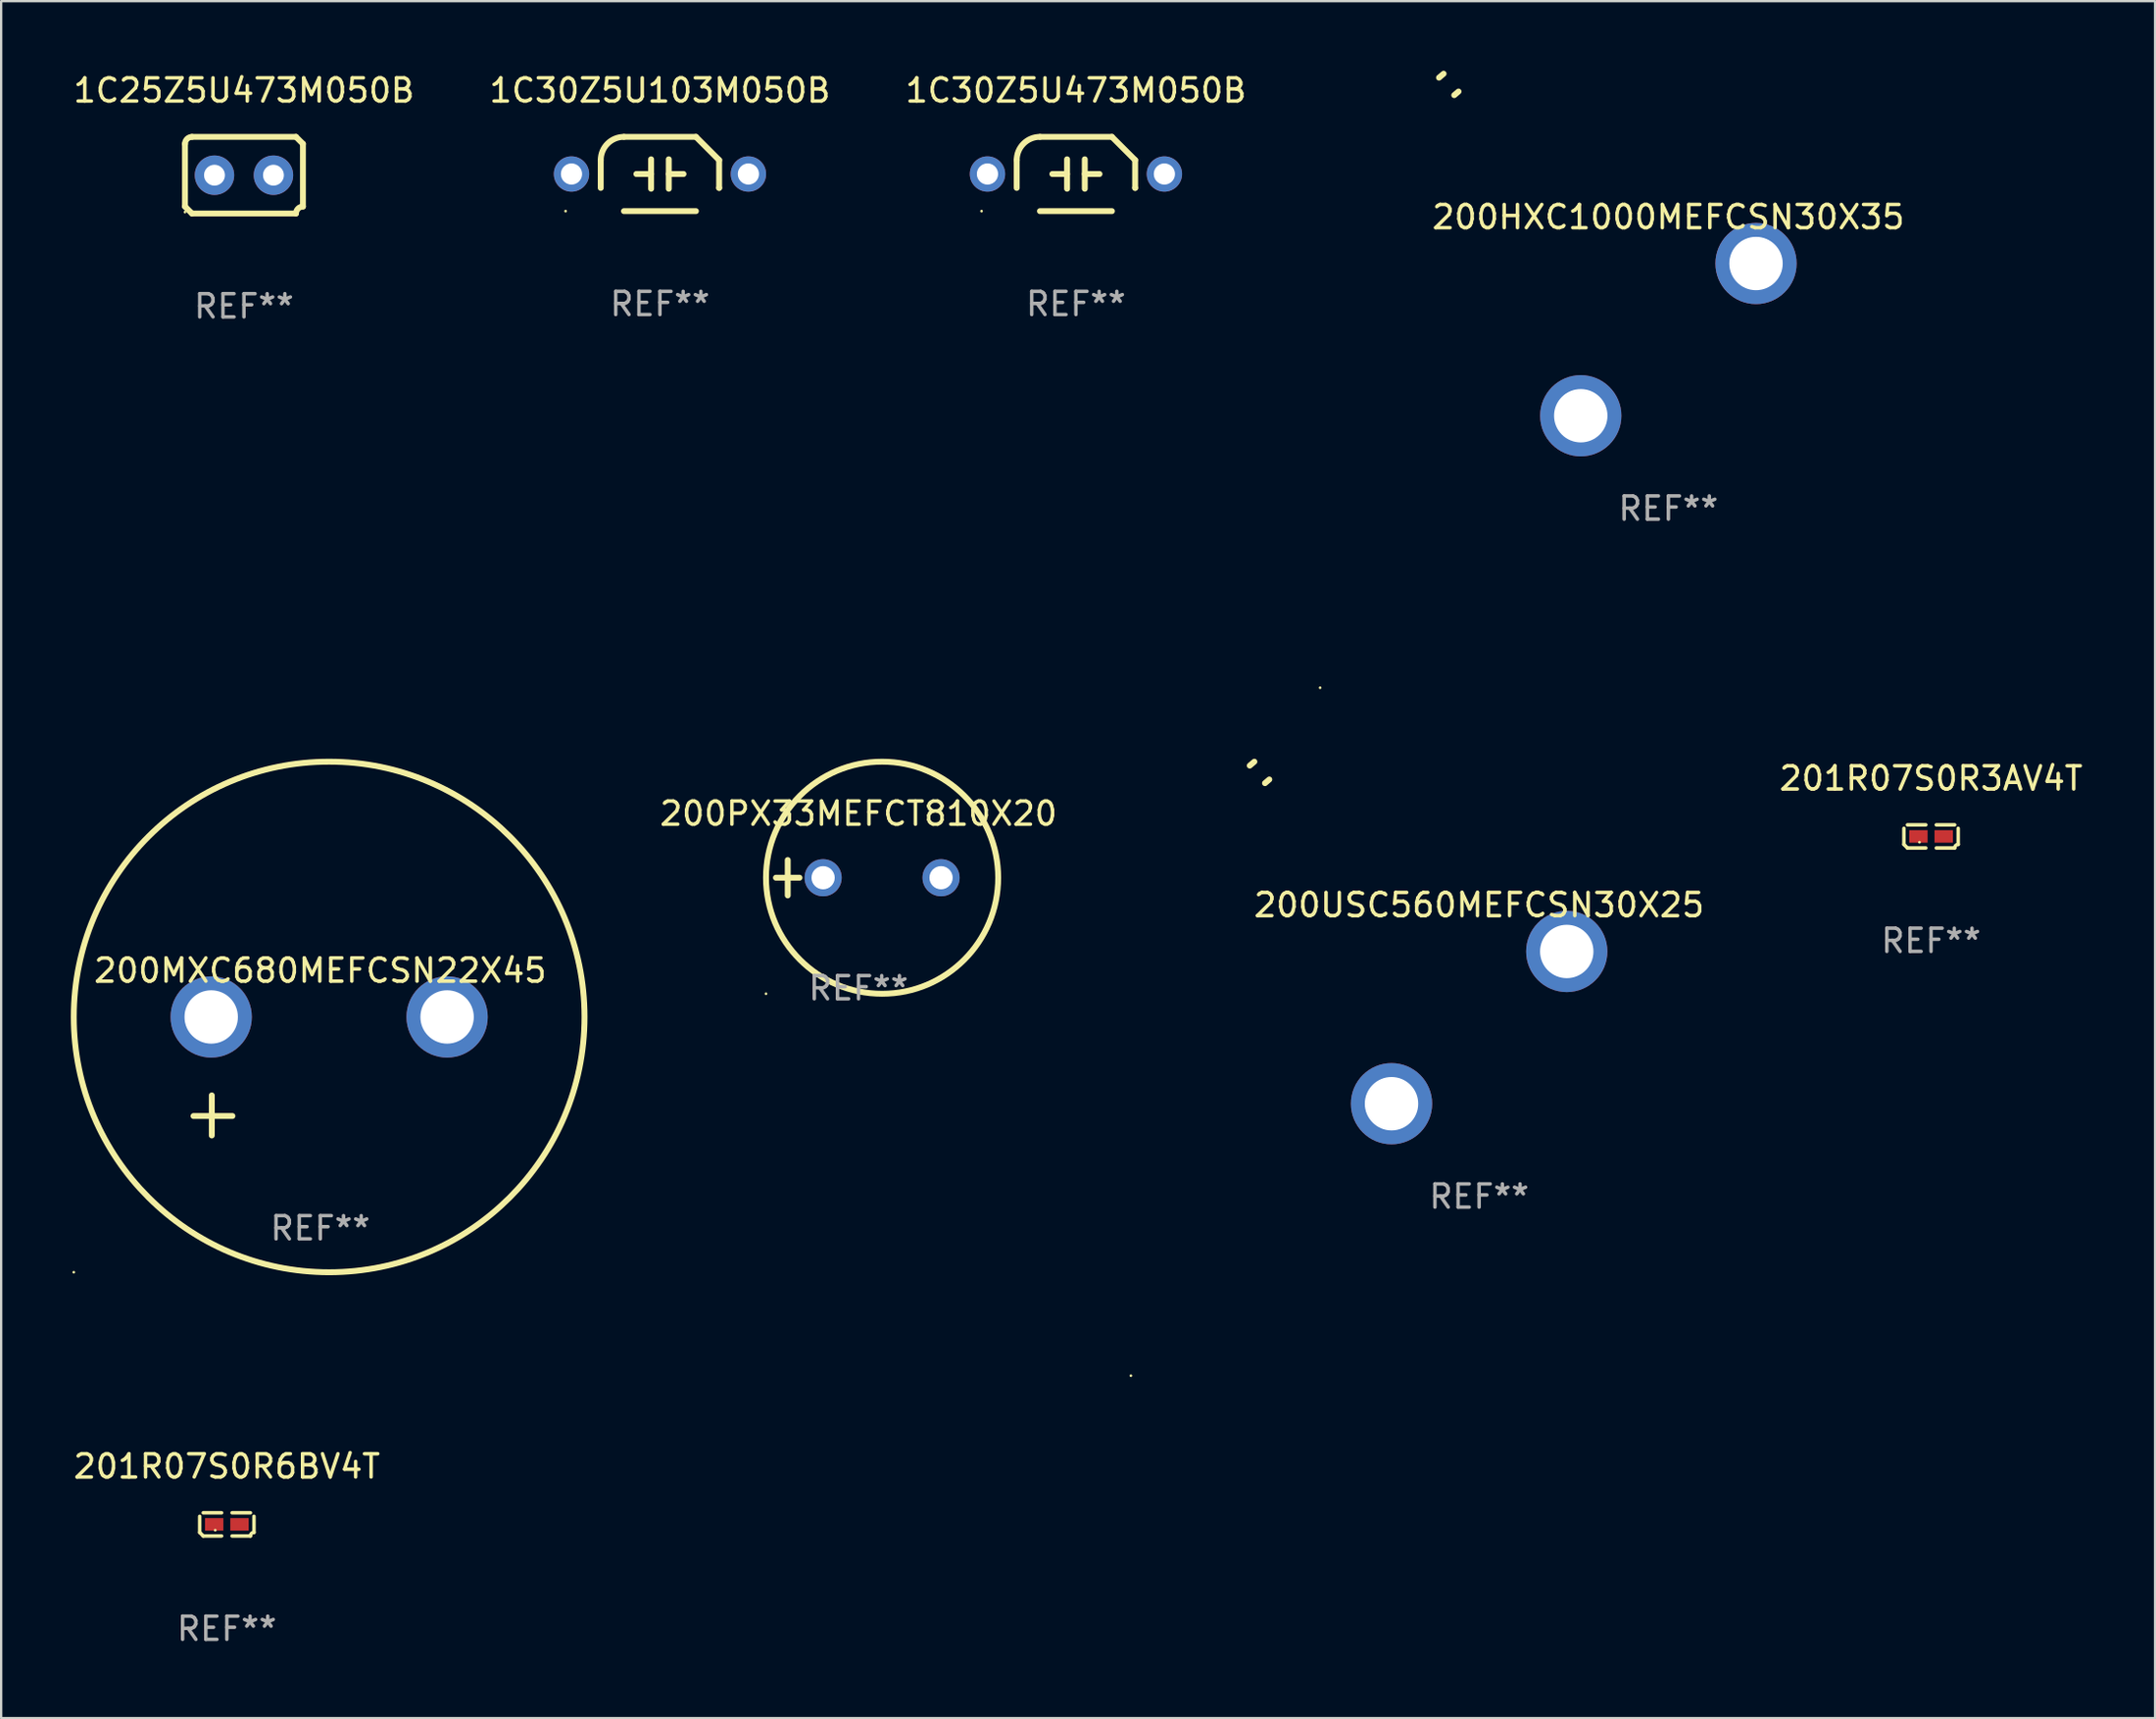
<source format=kicad_pcb>
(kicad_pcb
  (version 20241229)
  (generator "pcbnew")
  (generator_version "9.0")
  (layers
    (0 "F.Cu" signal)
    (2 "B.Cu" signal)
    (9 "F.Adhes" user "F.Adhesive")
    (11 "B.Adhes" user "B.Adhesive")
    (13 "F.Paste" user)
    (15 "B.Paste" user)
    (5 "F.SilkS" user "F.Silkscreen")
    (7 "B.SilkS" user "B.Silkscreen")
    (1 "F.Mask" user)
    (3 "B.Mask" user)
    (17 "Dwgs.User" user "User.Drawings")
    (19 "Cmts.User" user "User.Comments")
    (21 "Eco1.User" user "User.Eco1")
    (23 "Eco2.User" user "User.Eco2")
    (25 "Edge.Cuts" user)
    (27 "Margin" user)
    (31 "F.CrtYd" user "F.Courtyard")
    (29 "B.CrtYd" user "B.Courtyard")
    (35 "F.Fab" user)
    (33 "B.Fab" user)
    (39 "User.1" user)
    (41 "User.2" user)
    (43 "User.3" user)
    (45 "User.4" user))
  (footprint "1C25Z5U473M050B"
    (layer "F.Cu")
    (at 7.458 4.499)
    (property "Reference" "1C25Z5U473M050B" (at 0 -3.651 0) (layer "F.SilkS") (effects (font (size 1 1) (thickness 0.15))))
    (attr through_hole)
    (fp_line (start -2.54 -1.351) (end -2.54 1.351) (stroke (width 0.254) (type solid)) (layer "F.SilkS"))
    (fp_line (start -2.24 -1.651) (end 2.24 -1.651) (stroke (width 0.254) (type solid)) (layer "F.SilkS"))
    (fp_line (start 2.24 1.651) (end -2.24 1.651) (stroke (width 0.254) (type solid)) (layer "F.SilkS"))
    (fp_line (start 2.54 1.351) (end 2.54 -1.351) (stroke (width 0.254) (type solid)) (layer "F.SilkS"))
    (fp_arc (start -2.540005 -1.351283) (mid -2.450115 -1.561309) (end -2.240005 -1.651003) (stroke (width 0.254001) (type solid)) (layer "F.SilkS"))
    (fp_arc (start -2.240287 1.651001) (mid -2.390163 1.501019) (end -2.540005 1.351003) (stroke (width 0.254001) (type solid)) (layer "F.SilkS"))
    (fp_arc (start 2.240005 1.651003) (mid 2.329934 1.441015) (end 2.540005 1.351282) (stroke (width 0.254001) (type solid)) (layer "F.SilkS"))
    (fp_arc (start 2.540005 -1.351003) (mid 2.389393 -1.500252) (end 2.240284 -1.651003) (stroke (width 0.254001) (type solid)) (layer "F.SilkS"))
    (fp_circle (center -2.54 1.59) (end -2.51 1.59) (stroke (width 0.06) (type solid)) (fill no) (layer "F.SilkS"))
    (fp_text user "REF**" (at 0 5.651 0) (layer "F.Fab") (effects (font (size 1 1) (thickness 0.15))))
    (pad "1" thru_hole circle (at -1.27 0) (size 1.7 1.7) (drill 0.9) (layers "*.Cu" "*.Mask"))
    (pad "2" thru_hole circle (at 1.27 0) (size 1.7 1.7) (drill 0.9) (layers "*.Cu" "*.Mask")))
  (footprint "1C30Z5U103M050B"
    (layer "F.Cu")
    (at 25.375 4.448)
    (property "Reference" "1C30Z5U103M050B" (at 0 -3.6 0) (layer "F.SilkS") (effects (font (size 1 1) (thickness 0.15))))
    (attr through_hole)
    (fp_line (start -2.55 0.6) (end -2.55 -0.6) (stroke (width 0.254) (type solid)) (layer "F.SilkS"))
    (fp_line (start -1.55 -1.6) (end 1.55 -1.6) (stroke (width 0.254) (type solid)) (layer "F.SilkS"))
    (fp_line (start -1.016 0) (end -0.381 0) (stroke (width 0.254) (type solid)) (layer "F.SilkS"))
    (fp_line (start -0.381 -0.635) (end -0.381 0.635) (stroke (width 0.254) (type solid)) (layer "F.SilkS"))
    (fp_line (start 0.381 -0.635) (end 0.381 0.635) (stroke (width 0.254) (type solid)) (layer "F.SilkS"))
    (fp_line (start 1.016 0) (end 0.381 0) (stroke (width 0.254) (type solid)) (layer "F.SilkS"))
    (fp_line (start 1.55 1.6) (end -1.55 1.6) (stroke (width 0.254) (type solid)) (layer "F.SilkS"))
    (fp_line (start 2.55 -0.6) (end 2.55 0.6) (stroke (width 0.254) (type solid)) (layer "F.SilkS"))
    (fp_line (start 2.55 0.6) (end 2.55 0.6) (stroke (width 0.254) (type solid)) (layer "F.SilkS"))
    (fp_arc (start -2.549987 -0.600025) (mid -2.257094 -1.307132) (end -1.549987 -1.600025) (stroke (width 0.254001) (type solid)) (layer "F.SilkS"))
    (fp_arc (start 1.550014 -1.600024) (mid 2.050986 -1.100997) (end 2.550013 -0.600025) (stroke (width 0.254001) (type solid)) (layer "F.SilkS"))
    (fp_circle (center -4.064 1.6) (end -4.034 1.6) (stroke (width 0.06) (type solid)) (fill no) (layer "F.SilkS"))
    (fp_text user "REF**" (at 0 5.6 0) (layer "F.Fab") (effects (font (size 1 1) (thickness 0.15))))
    (pad "1" thru_hole circle (at -3.81 0) (size 1.524 1.524) (drill 0.914) (layers "*.Cu" "*.Mask"))
    (pad "2" thru_hole circle (at 3.81 0) (size 1.524 1.524) (drill 0.914) (layers "*.Cu" "*.Mask")))
  (footprint "1C30Z5U473M050B"
    (layer "F.Cu")
    (at 43.292 4.448)
    (property "Reference" "1C30Z5U473M050B" (at 0 -3.6 0) (layer "F.SilkS") (effects (font (size 1 1) (thickness 0.15))))
    (attr through_hole)
    (fp_line (start -2.55 0.6) (end -2.55 -0.6) (stroke (width 0.254) (type solid)) (layer "F.SilkS"))
    (fp_line (start -1.55 -1.6) (end 1.55 -1.6) (stroke (width 0.254) (type solid)) (layer "F.SilkS"))
    (fp_line (start -1.016 0) (end -0.381 0) (stroke (width 0.254) (type solid)) (layer "F.SilkS"))
    (fp_line (start -0.381 -0.635) (end -0.381 0.635) (stroke (width 0.254) (type solid)) (layer "F.SilkS"))
    (fp_line (start 0.381 -0.635) (end 0.381 0.635) (stroke (width 0.254) (type solid)) (layer "F.SilkS"))
    (fp_line (start 1.016 0) (end 0.381 0) (stroke (width 0.254) (type solid)) (layer "F.SilkS"))
    (fp_line (start 1.55 1.6) (end -1.55 1.6) (stroke (width 0.254) (type solid)) (layer "F.SilkS"))
    (fp_line (start 2.55 -0.6) (end 2.55 0.6) (stroke (width 0.254) (type solid)) (layer "F.SilkS"))
    (fp_line (start 2.55 0.6) (end 2.55 0.6) (stroke (width 0.254) (type solid)) (layer "F.SilkS"))
    (fp_arc (start -2.549987 -0.600025) (mid -2.257094 -1.307132) (end -1.549987 -1.600025) (stroke (width 0.254001) (type solid)) (layer "F.SilkS"))
    (fp_arc (start 1.550014 -1.600024) (mid 2.050986 -1.100997) (end 2.550013 -0.600025) (stroke (width 0.254001) (type solid)) (layer "F.SilkS"))
    (fp_circle (center -4.064 1.6) (end -4.034 1.6) (stroke (width 0.06) (type solid)) (fill no) (layer "F.SilkS"))
    (fp_text user "REF**" (at 0 5.6 0) (layer "F.Fab") (effects (font (size 1 1) (thickness 0.15))))
    (pad "1" thru_hole circle (at -3.81 0) (size 1.524 1.524) (drill 0.914) (layers "*.Cu" "*.Mask"))
    (pad "2" thru_hole circle (at 3.81 0) (size 1.524 1.524) (drill 0.914) (layers "*.Cu" "*.Mask")))
  (footprint "200MXC680MEFCSN22X45"
    (layer "F.Cu")
    (at 10.746 43.325)
    (property "Reference" "200MXC680MEFCSN22X45" (at 0 -4.553 0) (layer "F.SilkS") (effects (font (size 1 1) (thickness 0.15))))
    (attr through_hole)
    (fp_line (start -4.674 2.553) (end -4.674 0.826) (stroke (width 0.254) (type solid)) (layer "F.SilkS"))
    (fp_line (start -3.785 1.715) (end -5.461 1.715) (stroke (width 0.254) (type solid)) (layer "F.SilkS"))
    (fp_circle (center -10.619 8.447) (end -10.589 8.447) (stroke (width 0.06) (type solid)) (fill no) (layer "F.SilkS"))
    (fp_circle (center 0.381 -2.553) (end 11.381 -2.553) (stroke (width 0.254) (type solid)) (fill no) (layer "F.SilkS"))
    (fp_text user "REF**" (at 0 6.553 0) (layer "F.Fab") (effects (font (size 1 1) (thickness 0.15))))
    (pad "1" thru_hole circle (at -4.699 -2.553) (size 3.5 3.5) (drill 2.3) (layers "*.Cu" "*.Mask"))
    (pad "2" thru_hole circle (at 5.461 -2.553) (size 3.5 3.5) (drill 2.3) (layers "*.Cu" "*.Mask")))
  (footprint "200HXC1000MEFCSN30X35"
    (layer "F.Cu")
    (at 68.81 11.585)
    (property "Reference" "200HXC1000MEFCSN30X35" (at 0 -5.28 0) (layer "F.SilkS") (effects (font (size 1 1) (thickness 0.15))))
    (attr through_hole)
    (fp_arc (start -9.880163 -11.288367) (mid -9.781129 -11.37384) (end -9.681052 -11.45809) (stroke (width 0.254001) (type solid)) (layer "F.SilkS"))
    (fp_arc (start -9.223597 -10.533071) (mid -9.131245 -10.612672) (end -9.037923 -10.691135) (stroke (width 0.254001) (type solid)) (layer "F.SilkS"))
    (fp_circle (center -15 15) (end -14.97 15) (stroke (width 0.06) (type solid)) (fill no) (layer "F.SilkS"))
    (fp_text user "-" (at 3.791 -0.019 0) (layer "B.Mask") (effects (font (size 1 1) (thickness 0.15))))
    (fp_text user "+" (at -2.209 6.481 0) (layer "B.Mask") (effects (font (size 1 1) (thickness 0.15))))
    (fp_text user "REF**" (at 0 7.28 0) (layer "F.Fab") (effects (font (size 1 1) (thickness 0.15))))
    (pad "1" thru_hole circle (at -3.774 3.28) (size 3.5 3.5) (drill 2.3) (layers "*.Cu" "*.Mask"))
    (pad "2" thru_hole circle (at 3.774 -3.28) (size 3.5 3.5) (drill 2.3) (layers "*.Cu" "*.Mask")))
  (footprint "201R07S0R3AV4T"
    (layer "F.Cu")
    (at 80.124 32.992)
    (property "Reference" "201R07S0R3AV4T" (at 0 -2.499 0) (layer "F.SilkS") (effects (font (size 1 1) (thickness 0.15))))
    (attr through_hole)
    (fp_line (start -1.169 0.346) (end -1.169 -0.346) (stroke (width 0.152) (type solid)) (layer "F.SilkS"))
    (fp_line (start -1.016 -0.499) (end -0.226 -0.499) (stroke (width 0.152) (type solid)) (layer "F.SilkS"))
    (fp_line (start -0.226 0.499) (end -1.016 0.499) (stroke (width 0.152) (type solid)) (layer "F.SilkS"))
    (fp_line (start 0.226 0.499) (end 1.016 0.499) (stroke (width 0.152) (type solid)) (layer "F.SilkS"))
    (fp_line (start 1.016 -0.499) (end 0.226 -0.499) (stroke (width 0.152) (type solid)) (layer "F.SilkS"))
    (fp_line (start 1.169 0.346) (end 1.169 -0.346) (stroke (width 0.152) (type solid)) (layer "F.SilkS"))
    (fp_arc (start -1.016307 0.498603) (mid -1.092512 0.422405) (end -1.16871 0.3462) (stroke (width 0.1524) (type solid)) (layer "F.SilkS"))
    (fp_arc (start 1.016307 0.498603) (mid 1.060899 0.390758) (end 1.168707 0.346076) (stroke (width 0.1524) (type solid)) (layer "F.SilkS"))
    (fp_circle (center -0.5 0.25) (end -0.47 0.25) (stroke (width 0.06) (type solid)) (fill no) (layer "F.SilkS"))
    (fp_text user "REF**" (at 0 4.499 0) (layer "F.Fab") (effects (font (size 1 1) (thickness 0.15))))
    (pad "1" smd rect (at -0.545 0) (size 0.79 0.54) (layers "F.Cu" "F.Mask" "F.Paste"))
    (pad "2" smd rect (at 0.545 0) (size 0.79 0.54) (layers "F.Cu" "F.Mask" "F.Paste")))
  (footprint "200PX33MEFCT810X20"
    (layer "F.Cu")
    (at 33.927 34.772)
    (property "Reference" "200PX33MEFCT810X20" (at 0 -2.762 0) (layer "F.SilkS") (effects (font (size 1 1) (thickness 0.15))))
    (attr through_hole)
    (fp_line (start -3.556 0) (end -2.54 0) (stroke (width 0.254) (type solid)) (layer "F.SilkS"))
    (fp_line (start -3.048 -0.762) (end -3.048 0.762) (stroke (width 0.254) (type solid)) (layer "F.SilkS"))
    (fp_circle (center -3.984 5) (end -3.954 5) (stroke (width 0.06) (type solid)) (fill no) (layer "F.SilkS"))
    (fp_circle (center 1.016 0) (end 6.016 0) (stroke (width 0.254) (type solid)) (fill no) (layer "F.SilkS"))
    (fp_text user "REF**" (at 0 4.762 0) (layer "F.Fab") (effects (font (size 1 1) (thickness 0.15))))
    (pad "1" thru_hole circle (at -1.524 0) (size 1.6 1.6) (drill 1) (layers "*.Cu" "*.Mask"))
    (pad "2" thru_hole circle (at 3.556 0) (size 1.6 1.6) (drill 1) (layers "*.Cu" "*.Mask")))
  (footprint "201R07S0R6BV4T"
    (layer "F.Cu")
    (at 6.72 62.637)
    (property "Reference" "201R07S0R6BV4T" (at 0 -2.499 0) (layer "F.SilkS") (effects (font (size 1 1) (thickness 0.15))))
    (attr through_hole)
    (fp_line (start -1.169 0.346) (end -1.169 -0.346) (stroke (width 0.152) (type solid)) (layer "F.SilkS"))
    (fp_line (start -1.016 -0.499) (end -0.226 -0.499) (stroke (width 0.152) (type solid)) (layer "F.SilkS"))
    (fp_line (start -0.226 0.499) (end -1.016 0.499) (stroke (width 0.152) (type solid)) (layer "F.SilkS"))
    (fp_line (start 0.226 0.499) (end 1.016 0.499) (stroke (width 0.152) (type solid)) (layer "F.SilkS"))
    (fp_line (start 1.016 -0.499) (end 0.226 -0.499) (stroke (width 0.152) (type solid)) (layer "F.SilkS"))
    (fp_line (start 1.169 0.346) (end 1.169 -0.346) (stroke (width 0.152) (type solid)) (layer "F.SilkS"))
    (fp_arc (start -1.016307 0.498603) (mid -1.092512 0.422405) (end -1.16871 0.3462) (stroke (width 0.1524) (type solid)) (layer "F.SilkS"))
    (fp_arc (start 1.016307 0.498603) (mid 1.060899 0.390758) (end 1.168707 0.346076) (stroke (width 0.1524) (type solid)) (layer "F.SilkS"))
    (fp_circle (center -0.5 0.25) (end -0.47 0.25) (stroke (width 0.06) (type solid)) (fill no) (layer "F.SilkS"))
    (fp_text user "REF**" (at 0 4.499 0) (layer "F.Fab") (effects (font (size 1 1) (thickness 0.15))))
    (pad "1" smd rect (at -0.545 0) (size 0.79 0.54) (layers "F.Cu" "F.Mask" "F.Paste"))
    (pad "2" smd rect (at 0.545 0) (size 0.79 0.54) (layers "F.Cu" "F.Mask" "F.Paste")))
  (footprint "200USC560MEFCSN30X25"
    (layer "F.Cu")
    (at 60.659 41.23)
    (property "Reference" "200USC560MEFCSN30X25" (at 0 -5.28 0) (layer "F.SilkS") (effects (font (size 1 1) (thickness 0.15))))
    (attr through_hole)
    (fp_arc (start -9.880163 -11.288367) (mid -9.781129 -11.37384) (end -9.681052 -11.45809) (stroke (width 0.254001) (type solid)) (layer "F.SilkS"))
    (fp_arc (start -9.223597 -10.533071) (mid -9.131245 -10.612672) (end -9.037923 -10.691135) (stroke (width 0.254001) (type solid)) (layer "F.SilkS"))
    (fp_circle (center -15 15) (end -14.97 15) (stroke (width 0.06) (type solid)) (fill no) (layer "F.SilkS"))
    (fp_text user "-" (at 3.791 -0.019 0) (layer "B.Mask") (effects (font (size 1 1) (thickness 0.15))))
    (fp_text user "+" (at -2.209 6.481 0) (layer "B.Mask") (effects (font (size 1 1) (thickness 0.15))))
    (fp_text user "REF**" (at 0 7.28 0) (layer "F.Fab") (effects (font (size 1 1) (thickness 0.15))))
    (pad "1" thru_hole circle (at -3.774 3.28) (size 3.5 3.5) (drill 2.3) (layers "*.Cu" "*.Mask"))
    (pad "2" thru_hole circle (at 3.774 -3.28) (size 3.5 3.5) (drill 2.3) (layers "*.Cu" "*.Mask")))
  (gr_rect
    (start -3 -3)
    (end 89.772 70.984)
    (stroke (width 0.1) (type default))
    (fill no)
    (layer "Edge.Cuts")))
</source>
